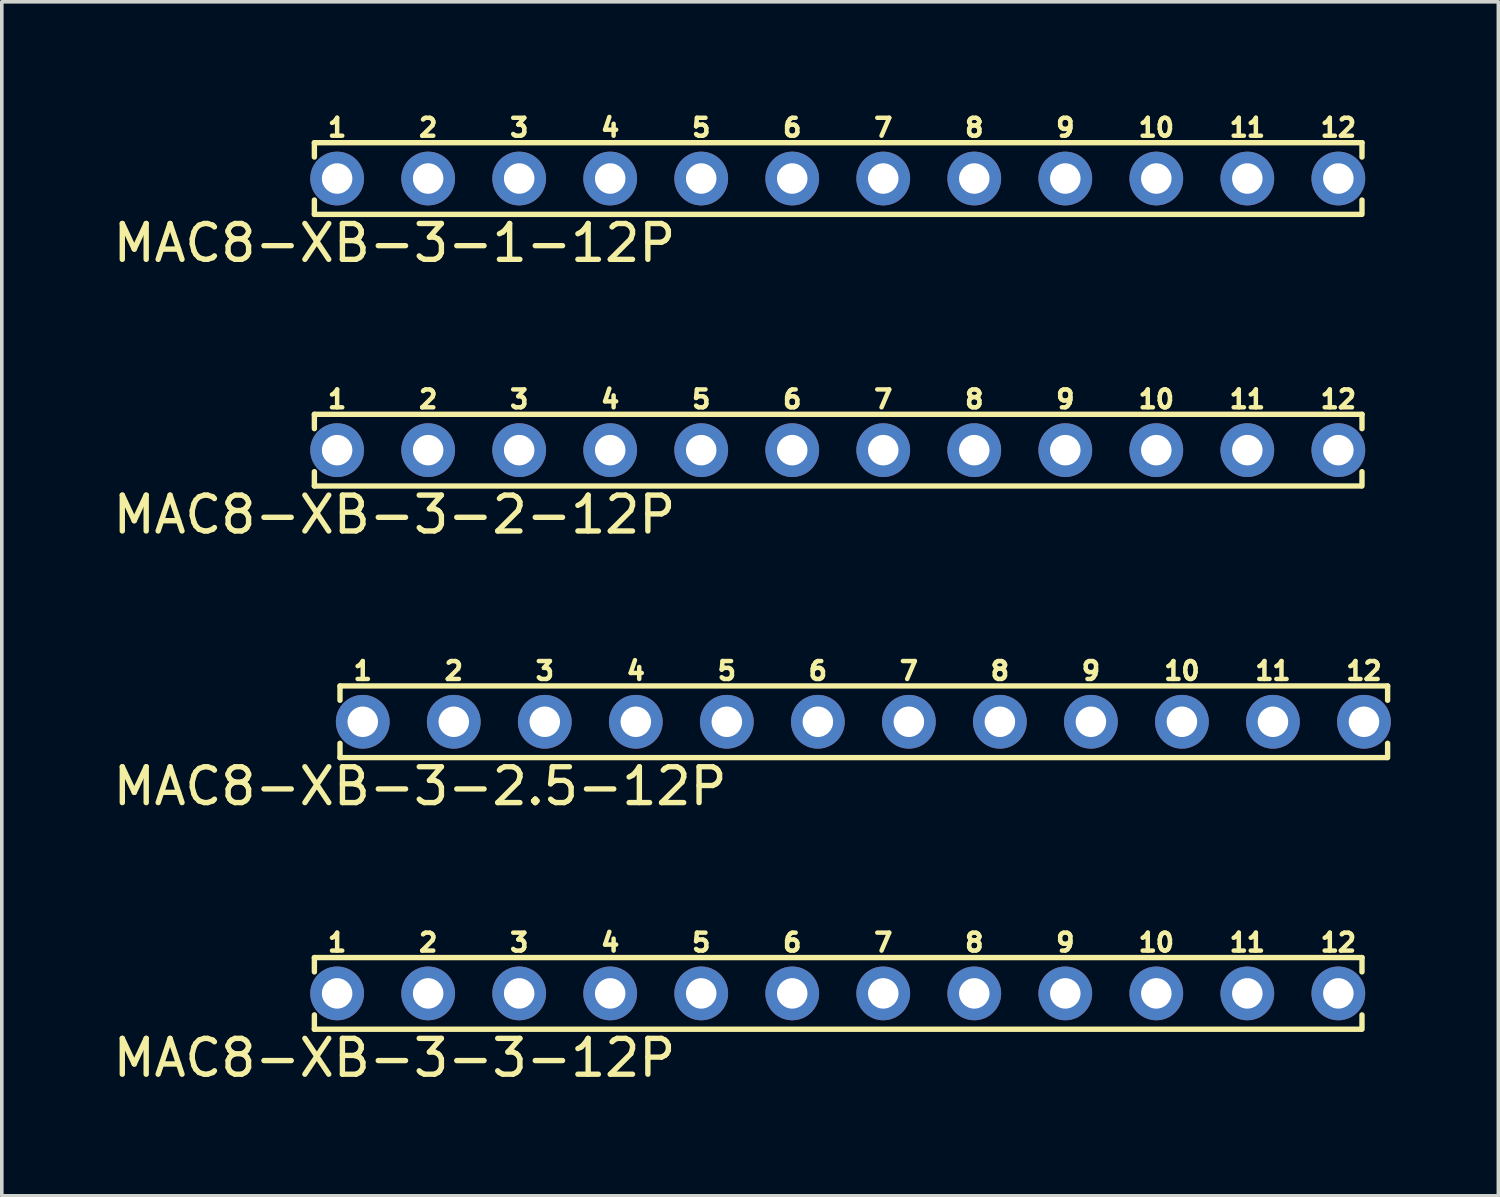
<source format=kicad_pcb>
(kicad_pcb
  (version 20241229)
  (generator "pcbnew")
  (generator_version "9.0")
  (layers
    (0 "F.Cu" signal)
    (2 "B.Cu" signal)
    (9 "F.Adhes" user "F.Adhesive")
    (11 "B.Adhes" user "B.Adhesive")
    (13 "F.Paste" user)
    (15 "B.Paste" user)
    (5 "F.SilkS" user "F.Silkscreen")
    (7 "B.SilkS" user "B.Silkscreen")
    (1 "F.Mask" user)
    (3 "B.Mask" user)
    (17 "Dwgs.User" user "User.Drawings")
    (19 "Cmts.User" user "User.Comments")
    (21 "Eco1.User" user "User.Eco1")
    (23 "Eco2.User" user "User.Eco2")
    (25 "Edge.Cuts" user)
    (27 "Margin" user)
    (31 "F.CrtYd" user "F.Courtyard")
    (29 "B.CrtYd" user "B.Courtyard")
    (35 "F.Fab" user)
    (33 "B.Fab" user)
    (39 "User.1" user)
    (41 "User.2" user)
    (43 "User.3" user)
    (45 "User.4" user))
  (footprint "MAC8-XB-3-1-12P"
    (layer "F.Cu")
    (at 6.358 1.932)
    (property "Reference" "MAC8-XB-3-1-12P" (at 1.6 1.8 0) (layer "F.SilkS") (effects (font (size 1 1) (thickness 0.15))))
    (attr through_hole)
    (fp_line (start -0.635 -1) (end -0.635 -0.6) (stroke (width 0.15) (type solid)) (layer "F.SilkS"))
    (fp_line (start -0.635 -1) (end 28.6 -1) (stroke (width 0.15) (type solid)) (layer "F.SilkS"))
    (fp_line (start -0.635 1) (end -0.635 0.6) (stroke (width 0.15) (type solid)) (layer "F.SilkS"))
    (fp_line (start -0.635 1) (end 28.575 1) (stroke (width 0.15) (type solid)) (layer "F.SilkS"))
    (fp_line (start 28.6 -1) (end 28.6 -0.6) (stroke (width 0.15) (type solid)) (layer "F.SilkS"))
    (fp_line (start 28.6 0.6) (end 28.6 1) (stroke (width 0.15) (type solid)) (layer "F.SilkS"))
    (fp_text user "4" (at 7.62 -1.42 0) (layer "F.SilkS") (effects (font (size 0.5 0.5) (thickness 0.125))))
    (fp_text user "1" (at 0 -1.42 0) (layer "F.SilkS") (effects (font (size 0.5 0.5) (thickness 0.125))))
    (fp_text user "5" (at 10.16 -1.42 0) (layer "F.SilkS") (effects (font (size 0.5 0.5) (thickness 0.125))))
    (fp_text user "2" (at 2.54 -1.42 0) (layer "F.SilkS") (effects (font (size 0.5 0.5) (thickness 0.125))))
    (fp_text user "7" (at 15.24 -1.42 0) (layer "F.SilkS") (effects (font (size 0.5 0.5) (thickness 0.125))))
    (fp_text user "8" (at 17.78 -1.42 0) (layer "F.SilkS") (effects (font (size 0.5 0.5) (thickness 0.125))))
    (fp_text user "6" (at 12.7 -1.42 0) (layer "F.SilkS") (effects (font (size 0.5 0.5) (thickness 0.125))))
    (fp_text user "3" (at 5.08 -1.42 0) (layer "F.SilkS") (effects (font (size 0.5 0.5) (thickness 0.125))))
    (fp_text user "9" (at 20.32 -1.42 0) (layer "F.SilkS") (effects (font (size 0.5 0.5) (thickness 0.125))))
    (fp_text user "12" (at 27.94 -1.42 0) (layer "F.SilkS") (effects (font (size 0.5 0.5) (thickness 0.125))))
    (fp_text user "10" (at 22.86 -1.42 0) (layer "F.SilkS") (effects (font (size 0.5 0.5) (thickness 0.125))))
    (fp_text user "11" (at 25.4 -1.42 0) (layer "F.SilkS") (effects (font (size 0.5 0.5) (thickness 0.125))))
    (pad "1" thru_hole circle (at 0 0 90) (size 1.5 1.5) (drill 0.85) (layers "*.Cu" "*.Mask"))
    (pad "2" thru_hole circle (at 2.54 0) (size 1.5 1.5) (drill 0.85) (layers "*.Cu" "*.Mask"))
    (pad "3" thru_hole circle (at 5.08 0) (size 1.5 1.5) (drill 0.85) (layers "*.Cu" "*.Mask"))
    (pad "4" thru_hole circle (at 7.62 0) (size 1.5 1.5) (drill 0.85) (layers "*.Cu" "*.Mask"))
    (pad "5" thru_hole circle (at 10.16 0) (size 1.5 1.5) (drill 0.85) (layers "*.Cu" "*.Mask"))
    (pad "6" thru_hole circle (at 12.7 0) (size 1.5 1.5) (drill 0.85) (layers "*.Cu" "*.Mask"))
    (pad "7" thru_hole circle (at 15.24 0) (size 1.5 1.5) (drill 0.85) (layers "*.Cu" "*.Mask"))
    (pad "8" thru_hole circle (at 17.78 0) (size 1.5 1.5) (drill 0.85) (layers "*.Cu" "*.Mask"))
    (pad "9" thru_hole circle (at 20.32 0) (size 1.5 1.5) (drill 0.85) (layers "*.Cu" "*.Mask"))
    (pad "10" thru_hole circle (at 22.86 0) (size 1.5 1.5) (drill 0.85) (layers "*.Cu" "*.Mask"))
    (pad "11" thru_hole circle (at 25.4 0) (size 1.5 1.5) (drill 0.85) (layers "*.Cu" "*.Mask"))
    (pad "12" thru_hole circle (at 27.94 0) (size 1.5 1.5) (drill 0.85) (layers "*.Cu" "*.Mask")))
  (footprint "MAC8-XB-3-2-12P"
    (layer "F.Cu")
    (at 6.358 9.512)
    (property "Reference" "MAC8-XB-3-2-12P" (at 1.6 1.8 0) (layer "F.SilkS") (effects (font (size 1 1) (thickness 0.15))))
    (attr through_hole)
    (fp_line (start -0.635 -1) (end -0.635 -0.6) (stroke (width 0.15) (type solid)) (layer "F.SilkS"))
    (fp_line (start -0.635 -1) (end 28.6 -1) (stroke (width 0.15) (type solid)) (layer "F.SilkS"))
    (fp_line (start -0.635 1) (end -0.635 0.6) (stroke (width 0.15) (type solid)) (layer "F.SilkS"))
    (fp_line (start -0.635 1) (end 28.575 1) (stroke (width 0.15) (type solid)) (layer "F.SilkS"))
    (fp_line (start 28.6 -1) (end 28.6 -0.6) (stroke (width 0.15) (type solid)) (layer "F.SilkS"))
    (fp_line (start 28.6 0.6) (end 28.6 1) (stroke (width 0.15) (type solid)) (layer "F.SilkS"))
    (fp_text user "3" (at 5.08 -1.42 0) (layer "F.SilkS") (effects (font (size 0.5 0.5) (thickness 0.125))))
    (fp_text user "9" (at 20.32 -1.42 0) (layer "F.SilkS") (effects (font (size 0.5 0.5) (thickness 0.125))))
    (fp_text user "4" (at 7.62 -1.42 0) (layer "F.SilkS") (effects (font (size 0.5 0.5) (thickness 0.125))))
    (fp_text user "1" (at 0 -1.42 0) (layer "F.SilkS") (effects (font (size 0.5 0.5) (thickness 0.125))))
    (fp_text user "12" (at 27.94 -1.42 0) (layer "F.SilkS") (effects (font (size 0.5 0.5) (thickness 0.125))))
    (fp_text user "10" (at 22.86 -1.42 0) (layer "F.SilkS") (effects (font (size 0.5 0.5) (thickness 0.125))))
    (fp_text user "11" (at 25.4 -1.42 0) (layer "F.SilkS") (effects (font (size 0.5 0.5) (thickness 0.125))))
    (fp_text user "5" (at 10.16 -1.42 0) (layer "F.SilkS") (effects (font (size 0.5 0.5) (thickness 0.125))))
    (fp_text user "8" (at 17.78 -1.42 0) (layer "F.SilkS") (effects (font (size 0.5 0.5) (thickness 0.125))))
    (fp_text user "6" (at 12.7 -1.42 0) (layer "F.SilkS") (effects (font (size 0.5 0.5) (thickness 0.125))))
    (fp_text user "2" (at 2.54 -1.42 0) (layer "F.SilkS") (effects (font (size 0.5 0.5) (thickness 0.125))))
    (fp_text user "7" (at 15.24 -1.42 0) (layer "F.SilkS") (effects (font (size 0.5 0.5) (thickness 0.125))))
    (pad "1" thru_hole circle (at 0 0 90) (size 1.5 1.5) (drill 0.85) (layers "*.Cu" "*.Mask"))
    (pad "2" thru_hole circle (at 2.54 0) (size 1.5 1.5) (drill 0.85) (layers "*.Cu" "*.Mask"))
    (pad "3" thru_hole circle (at 5.08 0) (size 1.5 1.5) (drill 0.85) (layers "*.Cu" "*.Mask"))
    (pad "4" thru_hole circle (at 7.62 0) (size 1.5 1.5) (drill 0.85) (layers "*.Cu" "*.Mask"))
    (pad "5" thru_hole circle (at 10.16 0) (size 1.5 1.5) (drill 0.85) (layers "*.Cu" "*.Mask"))
    (pad "6" thru_hole circle (at 12.7 0) (size 1.5 1.5) (drill 0.85) (layers "*.Cu" "*.Mask"))
    (pad "7" thru_hole circle (at 15.24 0) (size 1.5 1.5) (drill 0.85) (layers "*.Cu" "*.Mask"))
    (pad "8" thru_hole circle (at 17.78 0) (size 1.5 1.5) (drill 0.85) (layers "*.Cu" "*.Mask"))
    (pad "9" thru_hole circle (at 20.32 0) (size 1.5 1.5) (drill 0.85) (layers "*.Cu" "*.Mask"))
    (pad "10" thru_hole circle (at 22.86 0) (size 1.5 1.5) (drill 0.85) (layers "*.Cu" "*.Mask"))
    (pad "11" thru_hole circle (at 25.4 0) (size 1.5 1.5) (drill 0.85) (layers "*.Cu" "*.Mask"))
    (pad "12" thru_hole circle (at 27.94 0) (size 1.5 1.5) (drill 0.85) (layers "*.Cu" "*.Mask")))
  (footprint "MAC8-XB-3-2.5-12P"
    (layer "F.Cu")
    (at 7.073 17.092)
    (property "Reference" "MAC8-XB-3-2.5-12P" (at 1.6 1.8 0) (layer "F.SilkS") (effects (font (size 1 1) (thickness 0.15))))
    (attr through_hole)
    (fp_line (start -0.635 -1) (end -0.635 -0.6) (stroke (width 0.15) (type solid)) (layer "F.SilkS"))
    (fp_line (start -0.635 -1) (end 28.6 -1) (stroke (width 0.15) (type solid)) (layer "F.SilkS"))
    (fp_line (start -0.635 1) (end -0.635 0.6) (stroke (width 0.15) (type solid)) (layer "F.SilkS"))
    (fp_line (start -0.635 1) (end 28.575 1) (stroke (width 0.15) (type solid)) (layer "F.SilkS"))
    (fp_line (start 28.6 -1) (end 28.6 -0.6) (stroke (width 0.15) (type solid)) (layer "F.SilkS"))
    (fp_line (start 28.6 0.6) (end 28.6 1) (stroke (width 0.15) (type solid)) (layer "F.SilkS"))
    (fp_text user "3" (at 5.08 -1.42 0) (layer "F.SilkS") (effects (font (size 0.5 0.5) (thickness 0.125))))
    (fp_text user "2" (at 2.54 -1.42 0) (layer "F.SilkS") (effects (font (size 0.5 0.5) (thickness 0.125))))
    (fp_text user "1" (at 0 -1.42 0) (layer "F.SilkS") (effects (font (size 0.5 0.5) (thickness 0.125))))
    (fp_text user "6" (at 12.7 -1.42 0) (layer "F.SilkS") (effects (font (size 0.5 0.5) (thickness 0.125))))
    (fp_text user "7" (at 15.24 -1.42 0) (layer "F.SilkS") (effects (font (size 0.5 0.5) (thickness 0.125))))
    (fp_text user "11" (at 25.4 -1.42 0) (layer "F.SilkS") (effects (font (size 0.5 0.5) (thickness 0.125))))
    (fp_text user "9" (at 20.32 -1.42 0) (layer "F.SilkS") (effects (font (size 0.5 0.5) (thickness 0.125))))
    (fp_text user "8" (at 17.78 -1.42 0) (layer "F.SilkS") (effects (font (size 0.5 0.5) (thickness 0.125))))
    (fp_text user "12" (at 27.94 -1.42 0) (layer "F.SilkS") (effects (font (size 0.5 0.5) (thickness 0.125))))
    (fp_text user "5" (at 10.16 -1.42 0) (layer "F.SilkS") (effects (font (size 0.5 0.5) (thickness 0.125))))
    (fp_text user "4" (at 7.62 -1.42 0) (layer "F.SilkS") (effects (font (size 0.5 0.5) (thickness 0.125))))
    (fp_text user "10" (at 22.86 -1.42 0) (layer "F.SilkS") (effects (font (size 0.5 0.5) (thickness 0.125))))
    (pad "1" thru_hole circle (at 0 0 90) (size 1.5 1.5) (drill 0.85) (layers "*.Cu" "*.Mask"))
    (pad "2" thru_hole circle (at 2.54 0) (size 1.5 1.5) (drill 0.85) (layers "*.Cu" "*.Mask"))
    (pad "3" thru_hole circle (at 5.08 0) (size 1.5 1.5) (drill 0.85) (layers "*.Cu" "*.Mask"))
    (pad "4" thru_hole circle (at 7.62 0) (size 1.5 1.5) (drill 0.85) (layers "*.Cu" "*.Mask"))
    (pad "5" thru_hole circle (at 10.16 0) (size 1.5 1.5) (drill 0.85) (layers "*.Cu" "*.Mask"))
    (pad "6" thru_hole circle (at 12.7 0) (size 1.5 1.5) (drill 0.85) (layers "*.Cu" "*.Mask"))
    (pad "7" thru_hole circle (at 15.24 0) (size 1.5 1.5) (drill 0.85) (layers "*.Cu" "*.Mask"))
    (pad "8" thru_hole circle (at 17.78 0) (size 1.5 1.5) (drill 0.85) (layers "*.Cu" "*.Mask"))
    (pad "9" thru_hole circle (at 20.32 0) (size 1.5 1.5) (drill 0.85) (layers "*.Cu" "*.Mask"))
    (pad "10" thru_hole circle (at 22.86 0) (size 1.5 1.5) (drill 0.85) (layers "*.Cu" "*.Mask"))
    (pad "11" thru_hole circle (at 25.4 0) (size 1.5 1.5) (drill 0.85) (layers "*.Cu" "*.Mask"))
    (pad "12" thru_hole circle (at 27.94 0) (size 1.5 1.5) (drill 0.85) (layers "*.Cu" "*.Mask")))
  (footprint "MAC8-XB-3-3-12P"
    (layer "F.Cu")
    (at 6.358 24.672)
    (property "Reference" "MAC8-XB-3-3-12P" (at 1.6 1.8 0) (layer "F.SilkS") (effects (font (size 1 1) (thickness 0.15))))
    (attr through_hole)
    (fp_line (start -0.635 -1) (end -0.635 -0.6) (stroke (width 0.15) (type solid)) (layer "F.SilkS"))
    (fp_line (start -0.635 -1) (end 28.6 -1) (stroke (width 0.15) (type solid)) (layer "F.SilkS"))
    (fp_line (start -0.635 1) (end -0.635 0.6) (stroke (width 0.15) (type solid)) (layer "F.SilkS"))
    (fp_line (start -0.635 1) (end 28.575 1) (stroke (width 0.15) (type solid)) (layer "F.SilkS"))
    (fp_line (start 28.6 -1) (end 28.6 -0.6) (stroke (width 0.15) (type solid)) (layer "F.SilkS"))
    (fp_line (start 28.6 0.6) (end 28.6 1) (stroke (width 0.15) (type solid)) (layer "F.SilkS"))
    (fp_text user "8" (at 17.78 -1.42 0) (layer "F.SilkS") (effects (font (size 0.5 0.5) (thickness 0.125))))
    (fp_text user "2" (at 2.54 -1.42 0) (layer "F.SilkS") (effects (font (size 0.5 0.5) (thickness 0.125))))
    (fp_text user "9" (at 20.32 -1.42 0) (layer "F.SilkS") (effects (font (size 0.5 0.5) (thickness 0.125))))
    (fp_text user "6" (at 12.7 -1.42 0) (layer "F.SilkS") (effects (font (size 0.5 0.5) (thickness 0.125))))
    (fp_text user "4" (at 7.62 -1.42 0) (layer "F.SilkS") (effects (font (size 0.5 0.5) (thickness 0.125))))
    (fp_text user "5" (at 10.16 -1.42 0) (layer "F.SilkS") (effects (font (size 0.5 0.5) (thickness 0.125))))
    (fp_text user "12" (at 27.94 -1.42 0) (layer "F.SilkS") (effects (font (size 0.5 0.5) (thickness 0.125))))
    (fp_text user "3" (at 5.08 -1.42 0) (layer "F.SilkS") (effects (font (size 0.5 0.5) (thickness 0.125))))
    (fp_text user "7" (at 15.24 -1.42 0) (layer "F.SilkS") (effects (font (size 0.5 0.5) (thickness 0.125))))
    (fp_text user "11" (at 25.4 -1.42 0) (layer "F.SilkS") (effects (font (size 0.5 0.5) (thickness 0.125))))
    (fp_text user "1" (at 0 -1.42 0) (layer "F.SilkS") (effects (font (size 0.5 0.5) (thickness 0.125))))
    (fp_text user "10" (at 22.86 -1.42 0) (layer "F.SilkS") (effects (font (size 0.5 0.5) (thickness 0.125))))
    (pad "1" thru_hole circle (at 0 0 90) (size 1.5 1.5) (drill 0.85) (layers "*.Cu" "*.Mask"))
    (pad "2" thru_hole circle (at 2.54 0) (size 1.5 1.5) (drill 0.85) (layers "*.Cu" "*.Mask"))
    (pad "3" thru_hole circle (at 5.08 0) (size 1.5 1.5) (drill 0.85) (layers "*.Cu" "*.Mask"))
    (pad "4" thru_hole circle (at 7.62 0) (size 1.5 1.5) (drill 0.85) (layers "*.Cu" "*.Mask"))
    (pad "5" thru_hole circle (at 10.16 0) (size 1.5 1.5) (drill 0.85) (layers "*.Cu" "*.Mask"))
    (pad "6" thru_hole circle (at 12.7 0) (size 1.5 1.5) (drill 0.85) (layers "*.Cu" "*.Mask"))
    (pad "7" thru_hole circle (at 15.24 0) (size 1.5 1.5) (drill 0.85) (layers "*.Cu" "*.Mask"))
    (pad "8" thru_hole circle (at 17.78 0) (size 1.5 1.5) (drill 0.85) (layers "*.Cu" "*.Mask"))
    (pad "9" thru_hole circle (at 20.32 0) (size 1.5 1.5) (drill 0.85) (layers "*.Cu" "*.Mask"))
    (pad "10" thru_hole circle (at 22.86 0) (size 1.5 1.5) (drill 0.85) (layers "*.Cu" "*.Mask"))
    (pad "11" thru_hole circle (at 25.4 0) (size 1.5 1.5) (drill 0.85) (layers "*.Cu" "*.Mask"))
    (pad "12" thru_hole circle (at 27.94 0) (size 1.5 1.5) (drill 0.85) (layers "*.Cu" "*.Mask")))
  (gr_rect
    (start -3 -3)
    (end 38.763 30.32)
    (stroke (width 0.1) (type default))
    (fill no)
    (layer "Edge.Cuts")))
</source>
